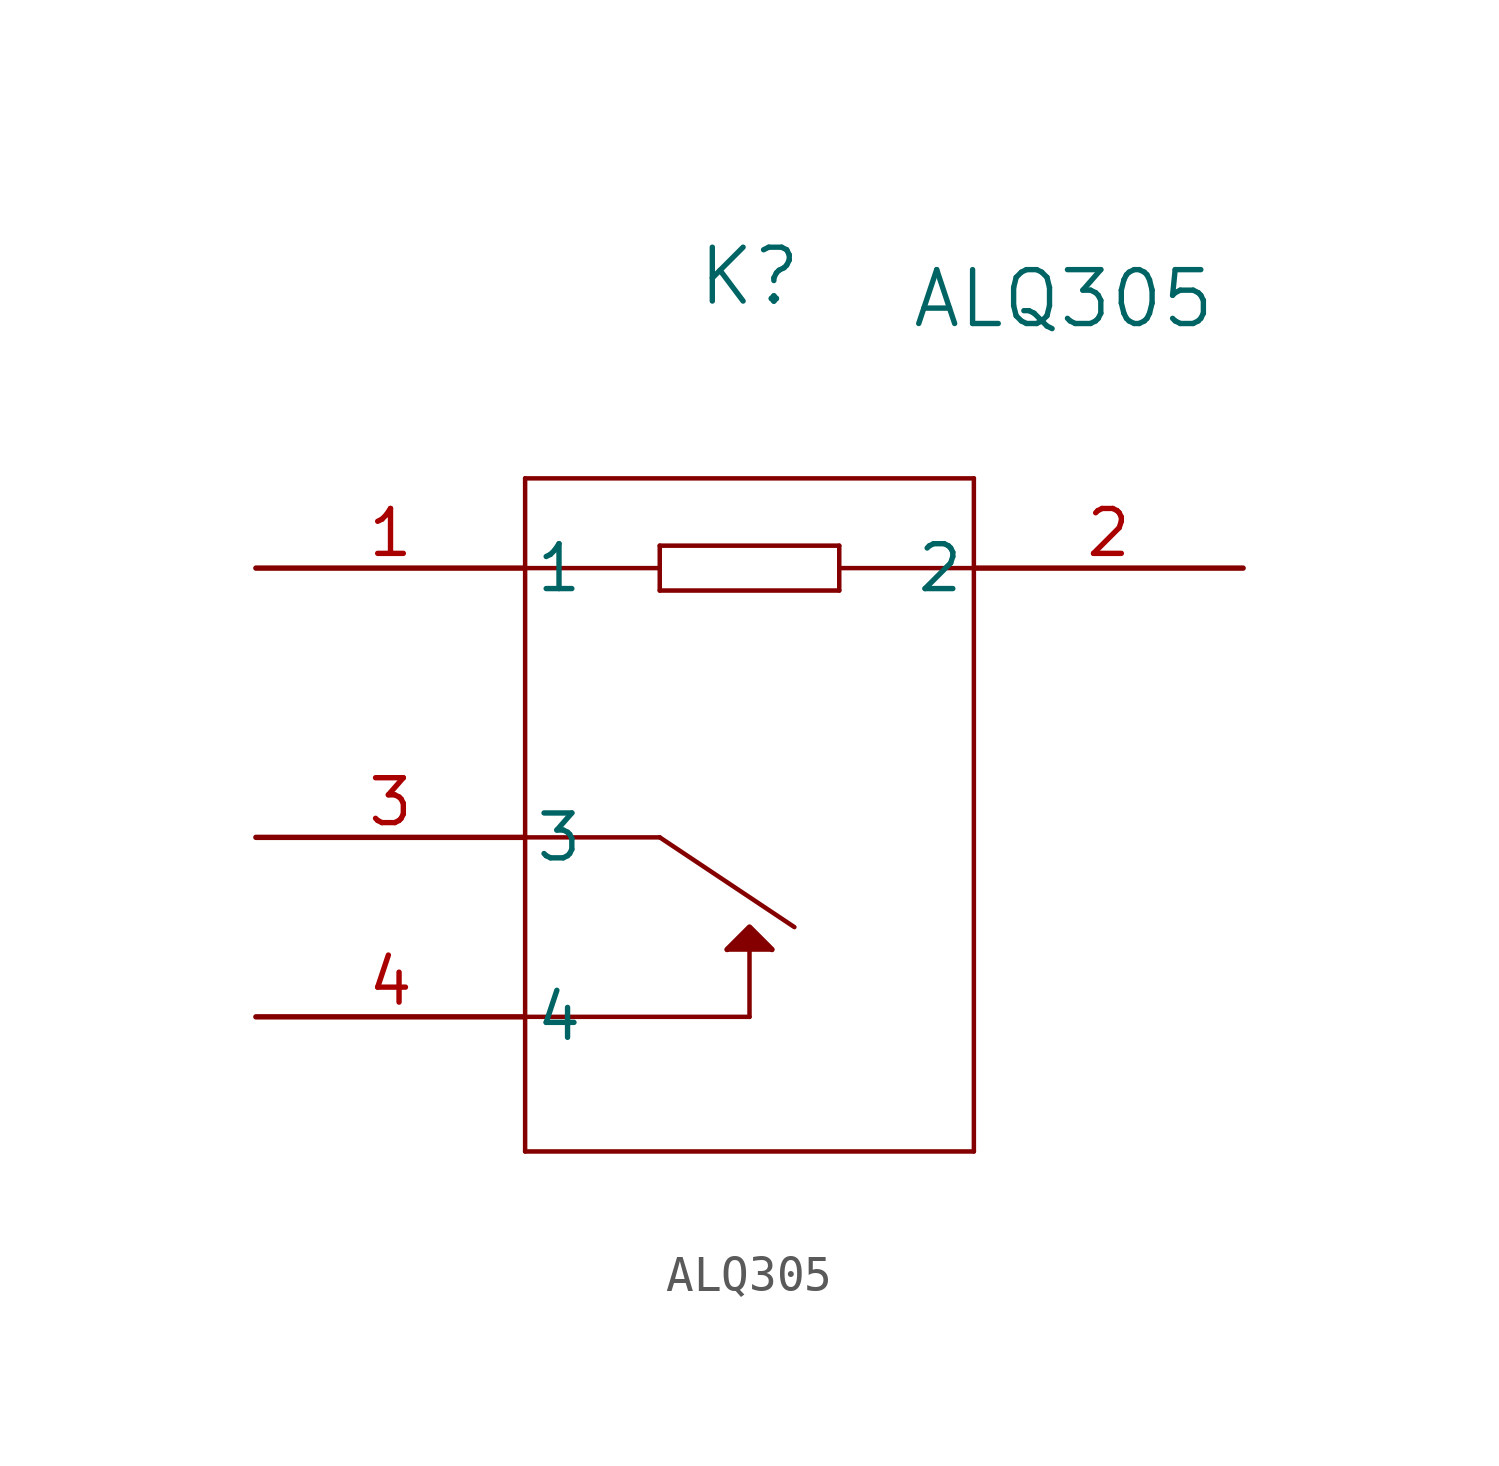
<source format=kicad_sym>
(kicad_symbol_lib
  (version 20211014)
  (generator kicad_symbol_editor)
  (symbol "ALQ305"
    (pin_names
      (offset 0.254))
    (property "Reference" "K"
      (at 13.97 8.255 0)
      (effects (font (size 1.524 1.524))))
    (property "Value" "ALQ305"
      (at 22.86 7.62 0)
      (effects (font (size 1.524 1.524))))
    (symbol "ALQ305_0_1"
      (polyline (pts (xy 20.32 -16.51) (xy 20.32 2.54)) (stroke (width 0.127) (type default) (color 0 0 0 0)) (fill (type none)))
      (polyline (pts (xy 20.32 2.54) (xy 7.62 2.54)) (stroke (width 0.127) (type default) (color 0 0 0 0)) (fill (type none)))
      (polyline (pts (xy 7.62 -16.51) (xy 20.32 -16.51)) (stroke (width 0.127) (type default) (color 0 0 0 0)) (fill (type none)))
      (polyline (pts (xy 7.62 2.54) (xy 7.62 -16.51)) (stroke (width 0.127) (type default) (color 0 0 0 0)) (fill (type none)))
      (polyline (pts (xy 7.62 0) (xy 11.43 0)) (stroke (width 0.127) (type default) (color 0 0 0 0)) (fill (type none)))
      (polyline (pts (xy 20.32 0) (xy 16.51 0)) (stroke (width 0.127) (type default) (color 0 0 0 0)) (fill (type none)))
      (polyline (pts (xy 11.43 0.635) (xy 11.43 -0.635)) (stroke (width 0.127) (type default) (color 0 0 0 0)) (fill (type none)))
      (polyline (pts (xy 11.43 0.635) (xy 16.51 0.635)) (stroke (width 0.127) (type default) (color 0 0 0 0)) (fill (type none)))
      (polyline (pts (xy 16.51 0.635) (xy 16.51 -0.635)) (stroke (width 0.127) (type default) (color 0 0 0 0)) (fill (type none)))
      (polyline (pts (xy 16.51 -0.635) (xy 11.43 -0.635)) (stroke (width 0.127) (type default) (color 0 0 0 0)) (fill (type none)))
      (polyline (pts (xy 11.43 -7.62) (xy 7.62 -7.62)) (stroke (width 0.127) (type default) (color 0 0 0 0)) (fill (type none)))
      (polyline (pts (xy 7.62 -12.7) (xy 13.97 -12.7)) (stroke (width 0.127) (type default) (color 0 0 0 0)) (fill (type none)))
      (polyline (pts (xy 13.97 -12.7) (xy 13.97 -10.795)) (stroke (width 0.127) (type default) (color 0 0 0 0)) (fill (type none)))
      (polyline (pts (xy 13.335 -10.795) (xy 14.605 -10.795)) (stroke (width 0.127) (type default) (color 0 0 0 0)) (fill (type none)))
      (polyline (pts (xy 13.335 -10.795) (xy 13.97 -10.16)) (stroke (width 0.127) (type default) (color 0 0 0 0)) (fill (type none)))
      (polyline (pts (xy 13.97 -10.16) (xy 14.605 -10.795)) (stroke (width 0.127) (type default) (color 0 0 0 0)) (fill (type none)))
      (polyline (pts (xy 11.43 -7.62) (xy 15.24 -10.16)) (stroke (width 0.127) (type default) (color 0 0 0 0)) (fill (type none)))
      (polyline (pts (xy 13.335 -10.795) (xy 13.97 -10.16) (xy 14.605 -10.795)) (stroke (width 0) (type default) (color 0 0 0 0)) (fill (type outline)))
      (pin unspecified line (at 0 0 0) (length 7.62) (name "1" (effects (font (size 1.27 1.27)))) (number "1" (effects (font (size 1.27 1.27)))))
      (pin unspecified line (at 27.94 0 180) (length 7.62) (name "2" (effects (font (size 1.27 1.27)))) (number "2" (effects (font (size 1.27 1.27)))))
      (pin unspecified line (at 0 -7.62 0) (length 7.62) (name "3" (effects (font (size 1.27 1.27)))) (number "3" (effects (font (size 1.27 1.27)))))
      (pin unspecified line (at 0 -12.7 0) (length 7.62) (name "4" (effects (font (size 1.27 1.27)))) (number "4" (effects (font (size 1.27 1.27))))))))
</source>
